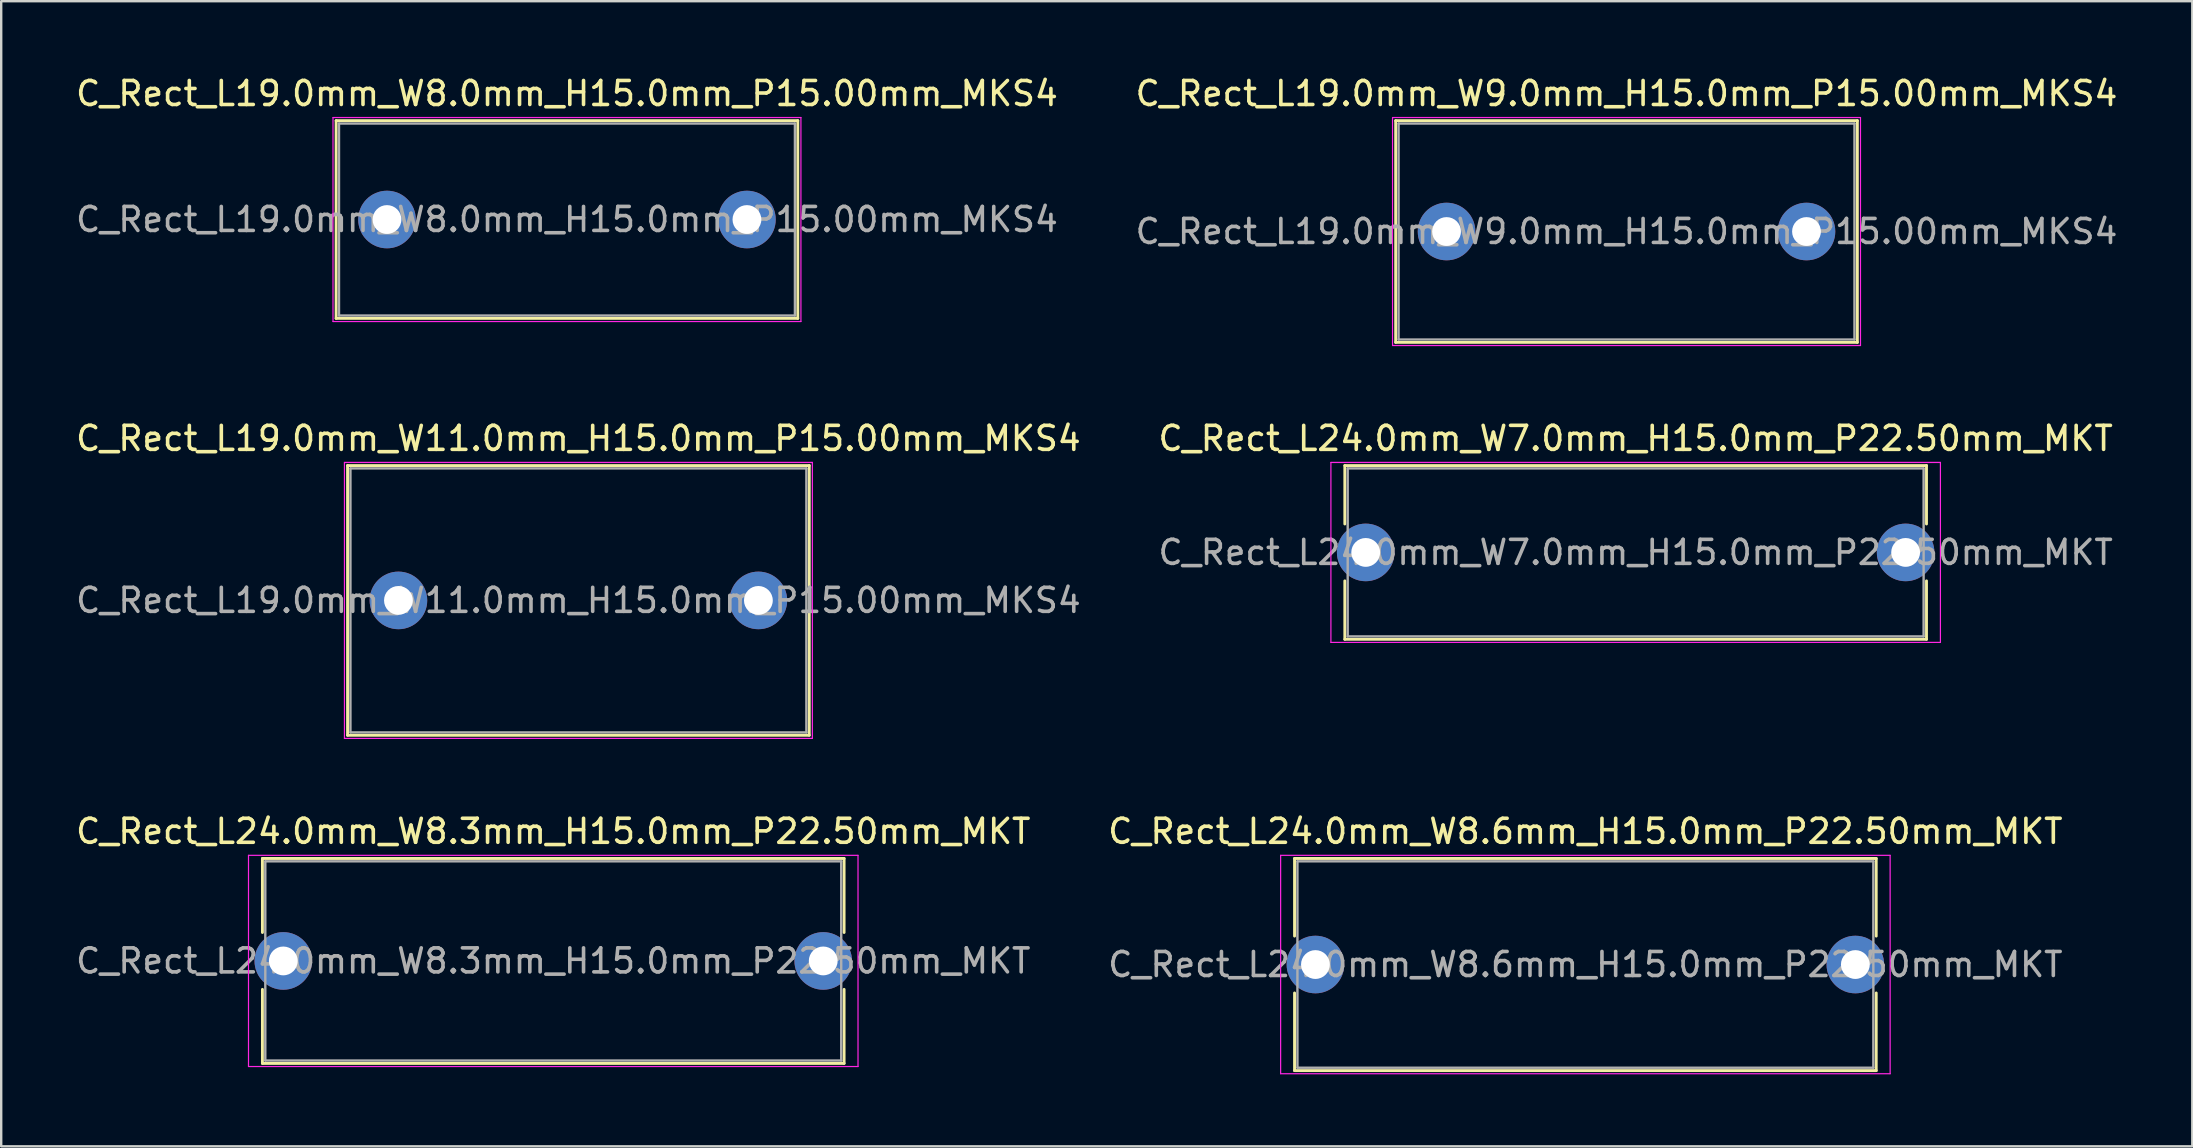
<source format=kicad_pcb>
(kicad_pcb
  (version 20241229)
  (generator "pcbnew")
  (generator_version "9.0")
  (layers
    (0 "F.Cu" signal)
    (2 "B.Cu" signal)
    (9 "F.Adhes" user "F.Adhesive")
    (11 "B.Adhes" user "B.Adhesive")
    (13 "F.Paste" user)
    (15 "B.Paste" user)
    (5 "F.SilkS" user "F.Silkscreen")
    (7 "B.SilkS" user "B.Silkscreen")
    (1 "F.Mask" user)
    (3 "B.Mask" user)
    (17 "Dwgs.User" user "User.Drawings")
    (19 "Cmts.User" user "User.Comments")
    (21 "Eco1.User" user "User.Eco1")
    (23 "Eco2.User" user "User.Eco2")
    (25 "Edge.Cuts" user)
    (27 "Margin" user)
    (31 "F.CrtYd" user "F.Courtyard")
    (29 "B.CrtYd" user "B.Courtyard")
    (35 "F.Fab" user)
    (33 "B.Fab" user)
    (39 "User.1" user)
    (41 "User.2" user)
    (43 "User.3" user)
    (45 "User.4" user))
  (footprint "C_Rect_L24.0mm_W8.3mm_H15.0mm_P22.50mm_MKT"
    (layer "F.Cu")
    (at 8.756 36.995)
    (property "Reference" "C_Rect_L24.0mm_W8.3mm_H15.0mm_P22.50mm_MKT" (at 11.25 -5.4 0) (layer "F.SilkS") (effects (font (size 1 1) (thickness 0.15))))
    (attr through_hole)
    (fp_line (start -0.87 -4.27) (end -0.87 -1.185) (stroke (width 0.12) (type solid)) (layer "F.SilkS"))
    (fp_line (start -0.87 -4.27) (end 23.37 -4.27) (stroke (width 0.12) (type solid)) (layer "F.SilkS"))
    (fp_line (start -0.87 1.185) (end -0.87 4.27) (stroke (width 0.12) (type solid)) (layer "F.SilkS"))
    (fp_line (start -0.87 4.27) (end 23.37 4.27) (stroke (width 0.12) (type solid)) (layer "F.SilkS"))
    (fp_line (start 23.37 -4.27) (end 23.37 -1.185) (stroke (width 0.12) (type solid)) (layer "F.SilkS"))
    (fp_line (start 23.37 1.185) (end 23.37 4.27) (stroke (width 0.12) (type solid)) (layer "F.SilkS"))
    (fp_line (start -1.45 -4.4) (end -1.45 4.4) (stroke (width 0.05) (type solid)) (layer "F.CrtYd"))
    (fp_line (start -1.45 4.4) (end 23.95 4.4) (stroke (width 0.05) (type solid)) (layer "F.CrtYd"))
    (fp_line (start 23.95 -4.4) (end -1.45 -4.4) (stroke (width 0.05) (type solid)) (layer "F.CrtYd"))
    (fp_line (start 23.95 4.4) (end 23.95 -4.4) (stroke (width 0.05) (type solid)) (layer "F.CrtYd"))
    (fp_line (start -0.75 -4.15) (end -0.75 4.15) (stroke (width 0.1) (type solid)) (layer "F.Fab"))
    (fp_line (start -0.75 4.15) (end 23.25 4.15) (stroke (width 0.1) (type solid)) (layer "F.Fab"))
    (fp_line (start 23.25 -4.15) (end -0.75 -4.15) (stroke (width 0.1) (type solid)) (layer "F.Fab"))
    (fp_line (start 23.25 4.15) (end 23.25 -4.15) (stroke (width 0.1) (type solid)) (layer "F.Fab"))
    (fp_text user "${REFERENCE}" (at 11.25 0 0) (layer "F.Fab") (effects (font (size 1 1) (thickness 0.15))))
    (pad "1" thru_hole circle (at 0 0) (size 2.4 2.4) (drill 1.2) (layers "*.Cu" "*.Mask"))
    (pad "2" thru_hole circle (at 22.5 0) (size 2.4 2.4) (drill 1.2) (layers "*.Cu" "*.Mask")))
  (footprint "C_Rect_L19.0mm_W11.0mm_H15.0mm_P15.00mm_MKS4"
    (layer "F.Cu")
    (at 13.554 21.971)
    (property "Reference" "C_Rect_L19.0mm_W11.0mm_H15.0mm_P15.00mm_MKS4" (at 7.5 -6.75 0) (layer "F.SilkS") (effects (font (size 1 1) (thickness 0.15))))
    (attr through_hole)
    (fp_line (start -2.12 -5.62) (end -2.12 5.62) (stroke (width 0.12) (type solid)) (layer "F.SilkS"))
    (fp_line (start -2.12 -5.62) (end 17.12 -5.62) (stroke (width 0.12) (type solid)) (layer "F.SilkS"))
    (fp_line (start -2.12 5.62) (end 17.12 5.62) (stroke (width 0.12) (type solid)) (layer "F.SilkS"))
    (fp_line (start 17.12 -5.62) (end 17.12 5.62) (stroke (width 0.12) (type solid)) (layer "F.SilkS"))
    (fp_line (start -2.25 -5.75) (end -2.25 5.75) (stroke (width 0.05) (type solid)) (layer "F.CrtYd"))
    (fp_line (start -2.25 5.75) (end 17.25 5.75) (stroke (width 0.05) (type solid)) (layer "F.CrtYd"))
    (fp_line (start 17.25 -5.75) (end -2.25 -5.75) (stroke (width 0.05) (type solid)) (layer "F.CrtYd"))
    (fp_line (start 17.25 5.75) (end 17.25 -5.75) (stroke (width 0.05) (type solid)) (layer "F.CrtYd"))
    (fp_line (start -2 -5.5) (end -2 5.5) (stroke (width 0.1) (type solid)) (layer "F.Fab"))
    (fp_line (start -2 5.5) (end 17 5.5) (stroke (width 0.1) (type solid)) (layer "F.Fab"))
    (fp_line (start 17 -5.5) (end -2 -5.5) (stroke (width 0.1) (type solid)) (layer "F.Fab"))
    (fp_line (start 17 5.5) (end 17 -5.5) (stroke (width 0.1) (type solid)) (layer "F.Fab"))
    (fp_text user "${REFERENCE}" (at 7.5 0 0) (layer "F.Fab") (effects (font (size 1 1) (thickness 0.15))))
    (pad "1" thru_hole circle (at 0 0) (size 2.4 2.4) (drill 1.2) (layers "*.Cu" "*.Mask"))
    (pad "2" thru_hole circle (at 15 0) (size 2.4 2.4) (drill 1.2) (layers "*.Cu" "*.Mask")))
  (footprint "C_Rect_L19.0mm_W9.0mm_H15.0mm_P15.00mm_MKS4"
    (layer "F.Cu")
    (at 57.232 6.598)
    (property "Reference" "C_Rect_L19.0mm_W9.0mm_H15.0mm_P15.00mm_MKS4" (at 7.5 -5.75 0) (layer "F.SilkS") (effects (font (size 1 1) (thickness 0.15))))
    (attr through_hole)
    (fp_line (start -2.12 -4.62) (end -2.12 4.62) (stroke (width 0.12) (type solid)) (layer "F.SilkS"))
    (fp_line (start -2.12 -4.62) (end 17.12 -4.62) (stroke (width 0.12) (type solid)) (layer "F.SilkS"))
    (fp_line (start -2.12 4.62) (end 17.12 4.62) (stroke (width 0.12) (type solid)) (layer "F.SilkS"))
    (fp_line (start 17.12 -4.62) (end 17.12 4.62) (stroke (width 0.12) (type solid)) (layer "F.SilkS"))
    (fp_line (start -2.25 -4.75) (end -2.25 4.75) (stroke (width 0.05) (type solid)) (layer "F.CrtYd"))
    (fp_line (start -2.25 4.75) (end 17.25 4.75) (stroke (width 0.05) (type solid)) (layer "F.CrtYd"))
    (fp_line (start 17.25 -4.75) (end -2.25 -4.75) (stroke (width 0.05) (type solid)) (layer "F.CrtYd"))
    (fp_line (start 17.25 4.75) (end 17.25 -4.75) (stroke (width 0.05) (type solid)) (layer "F.CrtYd"))
    (fp_line (start -2 -4.5) (end -2 4.5) (stroke (width 0.1) (type solid)) (layer "F.Fab"))
    (fp_line (start -2 4.5) (end 17 4.5) (stroke (width 0.1) (type solid)) (layer "F.Fab"))
    (fp_line (start 17 -4.5) (end -2 -4.5) (stroke (width 0.1) (type solid)) (layer "F.Fab"))
    (fp_line (start 17 4.5) (end 17 -4.5) (stroke (width 0.1) (type solid)) (layer "F.Fab"))
    (fp_text user "${REFERENCE}" (at 7.5 0 0) (layer "F.Fab") (effects (font (size 1 1) (thickness 0.15))))
    (pad "1" thru_hole circle (at 0 0) (size 2.4 2.4) (drill 1.2) (layers "*.Cu" "*.Mask"))
    (pad "2" thru_hole circle (at 15 0) (size 2.4 2.4) (drill 1.2) (layers "*.Cu" "*.Mask")))
  (footprint "C_Rect_L24.0mm_W7.0mm_H15.0mm_P22.50mm_MKT"
    (layer "F.Cu")
    (at 53.863 19.971)
    (property "Reference" "C_Rect_L24.0mm_W7.0mm_H15.0mm_P22.50mm_MKT" (at 11.25 -4.75 0) (layer "F.SilkS") (effects (font (size 1 1) (thickness 0.15))))
    (attr through_hole)
    (fp_line (start -0.87 -3.62) (end -0.87 -1.185) (stroke (width 0.12) (type solid)) (layer "F.SilkS"))
    (fp_line (start -0.87 -3.62) (end 23.37 -3.62) (stroke (width 0.12) (type solid)) (layer "F.SilkS"))
    (fp_line (start -0.87 1.185) (end -0.87 3.62) (stroke (width 0.12) (type solid)) (layer "F.SilkS"))
    (fp_line (start -0.87 3.62) (end 23.37 3.62) (stroke (width 0.12) (type solid)) (layer "F.SilkS"))
    (fp_line (start 23.37 -3.62) (end 23.37 -1.185) (stroke (width 0.12) (type solid)) (layer "F.SilkS"))
    (fp_line (start 23.37 1.185) (end 23.37 3.62) (stroke (width 0.12) (type solid)) (layer "F.SilkS"))
    (fp_line (start -1.45 -3.75) (end -1.45 3.75) (stroke (width 0.05) (type solid)) (layer "F.CrtYd"))
    (fp_line (start -1.45 3.75) (end 23.95 3.75) (stroke (width 0.05) (type solid)) (layer "F.CrtYd"))
    (fp_line (start 23.95 -3.75) (end -1.45 -3.75) (stroke (width 0.05) (type solid)) (layer "F.CrtYd"))
    (fp_line (start 23.95 3.75) (end 23.95 -3.75) (stroke (width 0.05) (type solid)) (layer "F.CrtYd"))
    (fp_line (start -0.75 -3.5) (end -0.75 3.5) (stroke (width 0.1) (type solid)) (layer "F.Fab"))
    (fp_line (start -0.75 3.5) (end 23.25 3.5) (stroke (width 0.1) (type solid)) (layer "F.Fab"))
    (fp_line (start 23.25 -3.5) (end -0.75 -3.5) (stroke (width 0.1) (type solid)) (layer "F.Fab"))
    (fp_line (start 23.25 3.5) (end 23.25 -3.5) (stroke (width 0.1) (type solid)) (layer "F.Fab"))
    (fp_text user "${REFERENCE}" (at 11.25 0 0) (layer "F.Fab") (effects (font (size 1 1) (thickness 0.15))))
    (pad "1" thru_hole circle (at 0 0) (size 2.4 2.4) (drill 1.2) (layers "*.Cu" "*.Mask"))
    (pad "2" thru_hole circle (at 22.5 0) (size 2.4 2.4) (drill 1.2) (layers "*.Cu" "*.Mask")))
  (footprint "C_Rect_L19.0mm_W8.0mm_H15.0mm_P15.00mm_MKS4"
    (layer "F.Cu")
    (at 13.077 6.098)
    (property "Reference" "C_Rect_L19.0mm_W8.0mm_H15.0mm_P15.00mm_MKS4" (at 7.5 -5.25 0) (layer "F.SilkS") (effects (font (size 1 1) (thickness 0.15))))
    (attr through_hole)
    (fp_line (start -2.12 -4.12) (end -2.12 4.12) (stroke (width 0.12) (type solid)) (layer "F.SilkS"))
    (fp_line (start -2.12 -4.12) (end 17.12 -4.12) (stroke (width 0.12) (type solid)) (layer "F.SilkS"))
    (fp_line (start -2.12 4.12) (end 17.12 4.12) (stroke (width 0.12) (type solid)) (layer "F.SilkS"))
    (fp_line (start 17.12 -4.12) (end 17.12 4.12) (stroke (width 0.12) (type solid)) (layer "F.SilkS"))
    (fp_line (start -2.25 -4.25) (end -2.25 4.25) (stroke (width 0.05) (type solid)) (layer "F.CrtYd"))
    (fp_line (start -2.25 4.25) (end 17.25 4.25) (stroke (width 0.05) (type solid)) (layer "F.CrtYd"))
    (fp_line (start 17.25 -4.25) (end -2.25 -4.25) (stroke (width 0.05) (type solid)) (layer "F.CrtYd"))
    (fp_line (start 17.25 4.25) (end 17.25 -4.25) (stroke (width 0.05) (type solid)) (layer "F.CrtYd"))
    (fp_line (start -2 -4) (end -2 4) (stroke (width 0.1) (type solid)) (layer "F.Fab"))
    (fp_line (start -2 4) (end 17 4) (stroke (width 0.1) (type solid)) (layer "F.Fab"))
    (fp_line (start 17 -4) (end -2 -4) (stroke (width 0.1) (type solid)) (layer "F.Fab"))
    (fp_line (start 17 4) (end 17 -4) (stroke (width 0.1) (type solid)) (layer "F.Fab"))
    (fp_text user "${REFERENCE}" (at 7.5 0 0) (layer "F.Fab") (effects (font (size 1 1) (thickness 0.15))))
    (pad "1" thru_hole circle (at 0 0) (size 2.4 2.4) (drill 1.2) (layers "*.Cu" "*.Mask"))
    (pad "2" thru_hole circle (at 15 0) (size 2.4 2.4) (drill 1.2) (layers "*.Cu" "*.Mask")))
  (footprint "C_Rect_L24.0mm_W8.6mm_H15.0mm_P22.50mm_MKT"
    (layer "F.Cu")
    (at 51.768 37.145)
    (property "Reference" "C_Rect_L24.0mm_W8.6mm_H15.0mm_P22.50mm_MKT" (at 11.25 -5.55 0) (layer "F.SilkS") (effects (font (size 1 1) (thickness 0.15))))
    (attr through_hole)
    (fp_line (start -0.87 -4.42) (end -0.87 -1.185) (stroke (width 0.12) (type solid)) (layer "F.SilkS"))
    (fp_line (start -0.87 -4.42) (end 23.37 -4.42) (stroke (width 0.12) (type solid)) (layer "F.SilkS"))
    (fp_line (start -0.87 1.185) (end -0.87 4.42) (stroke (width 0.12) (type solid)) (layer "F.SilkS"))
    (fp_line (start -0.87 4.42) (end 23.37 4.42) (stroke (width 0.12) (type solid)) (layer "F.SilkS"))
    (fp_line (start 23.37 -4.42) (end 23.37 -1.185) (stroke (width 0.12) (type solid)) (layer "F.SilkS"))
    (fp_line (start 23.37 1.185) (end 23.37 4.42) (stroke (width 0.12) (type solid)) (layer "F.SilkS"))
    (fp_line (start -1.45 -4.55) (end -1.45 4.55) (stroke (width 0.05) (type solid)) (layer "F.CrtYd"))
    (fp_line (start -1.45 4.55) (end 23.95 4.55) (stroke (width 0.05) (type solid)) (layer "F.CrtYd"))
    (fp_line (start 23.95 -4.55) (end -1.45 -4.55) (stroke (width 0.05) (type solid)) (layer "F.CrtYd"))
    (fp_line (start 23.95 4.55) (end 23.95 -4.55) (stroke (width 0.05) (type solid)) (layer "F.CrtYd"))
    (fp_line (start -0.75 -4.3) (end -0.75 4.3) (stroke (width 0.1) (type solid)) (layer "F.Fab"))
    (fp_line (start -0.75 4.3) (end 23.25 4.3) (stroke (width 0.1) (type solid)) (layer "F.Fab"))
    (fp_line (start 23.25 -4.3) (end -0.75 -4.3) (stroke (width 0.1) (type solid)) (layer "F.Fab"))
    (fp_line (start 23.25 4.3) (end 23.25 -4.3) (stroke (width 0.1) (type solid)) (layer "F.Fab"))
    (fp_text user "${REFERENCE}" (at 11.25 0 0) (layer "F.Fab") (effects (font (size 1 1) (thickness 0.15))))
    (pad "1" thru_hole circle (at 0 0) (size 2.4 2.4) (drill 1.2) (layers "*.Cu" "*.Mask"))
    (pad "2" thru_hole circle (at 22.5 0) (size 2.4 2.4) (drill 1.2) (layers "*.Cu" "*.Mask")))
  (gr_rect
    (start -3 -3)
    (end 88.31 44.72)
    (stroke (width 0.1) (type default))
    (fill no)
    (layer "Edge.Cuts")))
</source>
